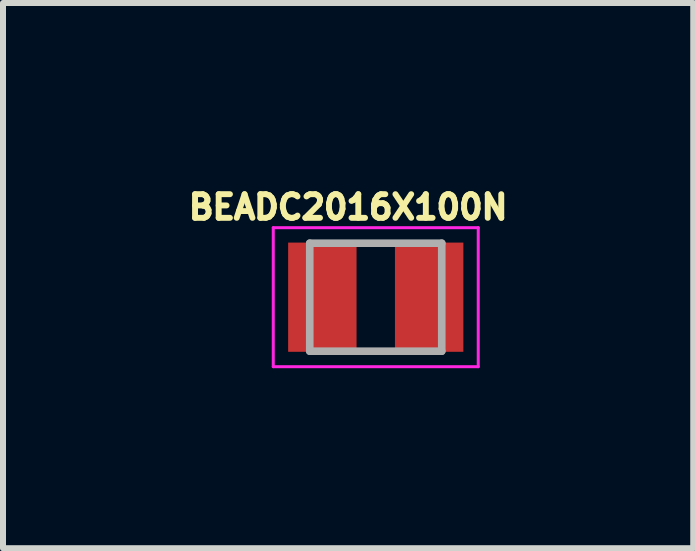
<source format=kicad_pcb>
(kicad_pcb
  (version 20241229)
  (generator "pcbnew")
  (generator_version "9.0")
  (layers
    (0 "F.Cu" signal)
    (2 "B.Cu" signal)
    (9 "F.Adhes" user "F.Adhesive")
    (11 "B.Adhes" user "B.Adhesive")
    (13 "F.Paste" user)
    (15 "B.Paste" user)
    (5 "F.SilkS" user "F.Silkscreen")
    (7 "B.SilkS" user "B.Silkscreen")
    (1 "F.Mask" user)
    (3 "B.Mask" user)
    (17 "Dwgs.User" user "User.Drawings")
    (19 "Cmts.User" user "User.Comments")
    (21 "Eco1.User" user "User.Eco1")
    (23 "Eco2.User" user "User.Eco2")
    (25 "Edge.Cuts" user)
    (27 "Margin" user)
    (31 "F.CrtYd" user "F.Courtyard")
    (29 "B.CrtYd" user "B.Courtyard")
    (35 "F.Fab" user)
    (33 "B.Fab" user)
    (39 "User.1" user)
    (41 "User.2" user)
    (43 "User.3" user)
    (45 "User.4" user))
  (footprint "BEADC2016X100N"
    (layer "F.Cu")
    (at 3.212 1.903)
    (property "Reference" "BEADC2016X100N" (at -0.46 -1.5 0) (layer "F.SilkS") (effects (font (size 0.394 0.394) (thickness 0.15))))
    (attr smd)
    (fp_line (start -1.708 -1.158) (end 1.708 -1.158) (stroke (width 0.05) (type solid)) (layer "F.CrtYd"))
    (fp_line (start -1.708 1.158) (end -1.708 -1.158) (stroke (width 0.05) (type solid)) (layer "F.CrtYd"))
    (fp_line (start -1.708 1.158) (end 1.708 1.158) (stroke (width 0.05) (type solid)) (layer "F.CrtYd"))
    (fp_line (start 1.708 1.158) (end 1.708 -1.158) (stroke (width 0.05) (type solid)) (layer "F.CrtYd"))
    (fp_line (start -1.1 0.9) (end -1.1 -0.9) (stroke (width 0.127) (type solid)) (layer "F.Fab"))
    (fp_line (start 1.1 -0.9) (end -1.1 -0.9) (stroke (width 0.127) (type solid)) (layer "F.Fab"))
    (fp_line (start 1.1 0.9) (end -1.1 0.9) (stroke (width 0.127) (type solid)) (layer "F.Fab"))
    (fp_line (start 1.1 0.9) (end 1.1 -0.9) (stroke (width 0.127) (type solid)) (layer "F.Fab"))
    (pad "1" smd rect (at -0.89 0) (size 1.14 1.82) (layers "F.Cu" "F.Mask" "F.Paste"))
    (pad "2" smd rect (at 0.89 0) (size 1.14 1.82) (layers "F.Cu" "F.Mask" "F.Paste")))
  (gr_rect
    (start -3 -3)
    (end 8.503 6.086)
    (stroke (width 0.1) (type default))
    (fill no)
    (layer "Edge.Cuts")))
</source>
